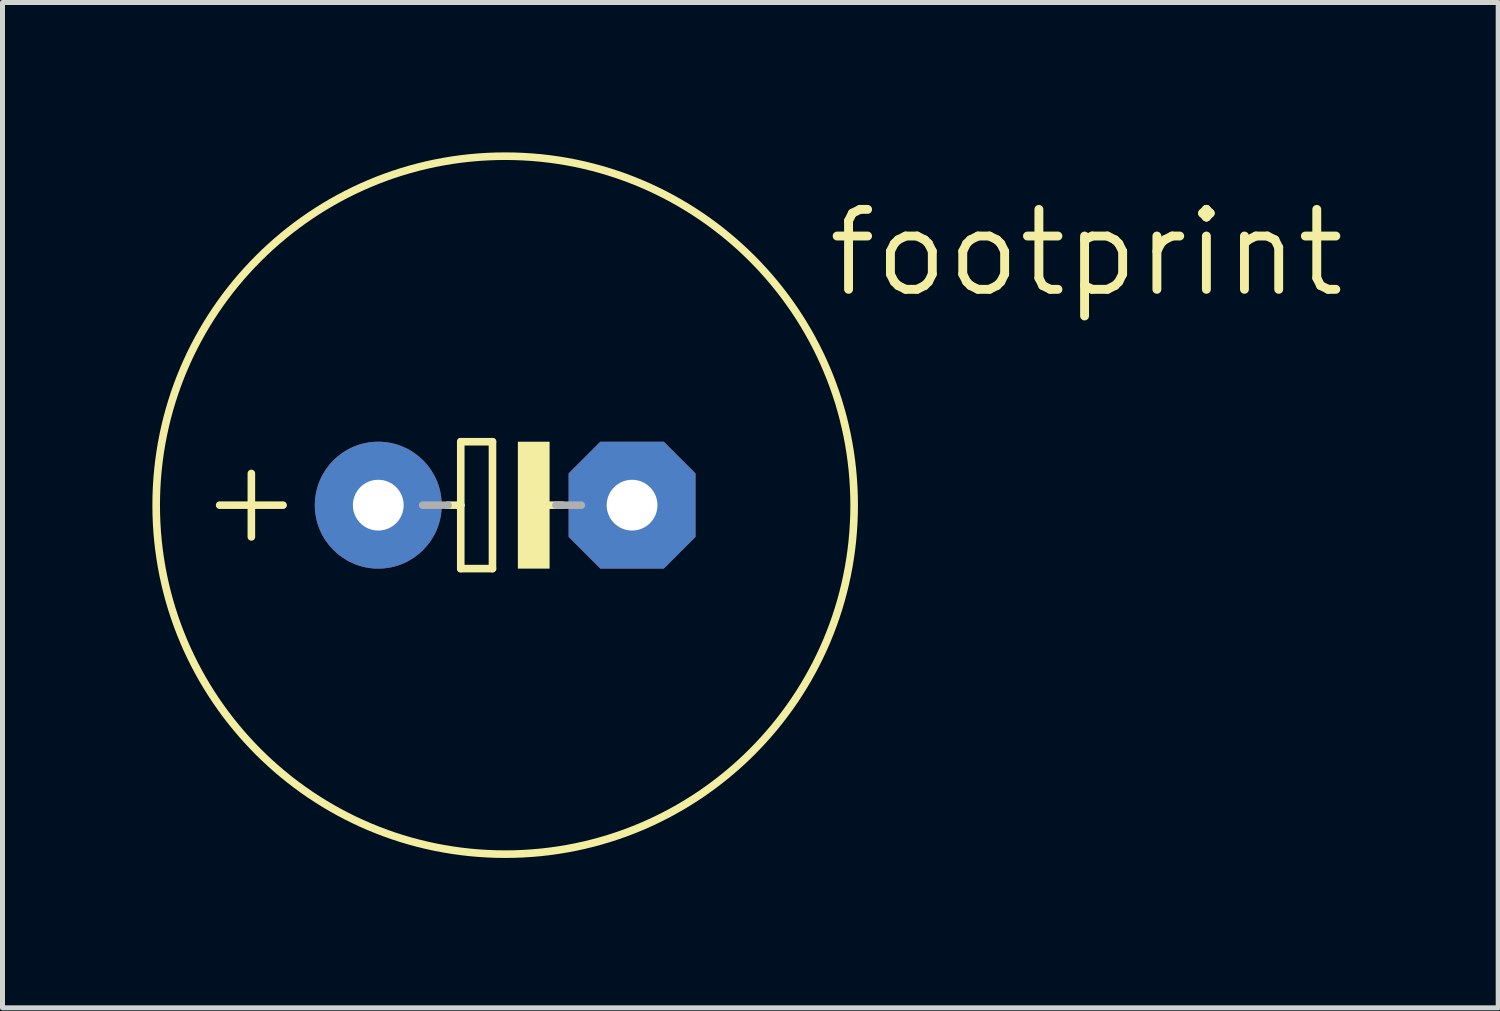
<source format=kicad_pcb>
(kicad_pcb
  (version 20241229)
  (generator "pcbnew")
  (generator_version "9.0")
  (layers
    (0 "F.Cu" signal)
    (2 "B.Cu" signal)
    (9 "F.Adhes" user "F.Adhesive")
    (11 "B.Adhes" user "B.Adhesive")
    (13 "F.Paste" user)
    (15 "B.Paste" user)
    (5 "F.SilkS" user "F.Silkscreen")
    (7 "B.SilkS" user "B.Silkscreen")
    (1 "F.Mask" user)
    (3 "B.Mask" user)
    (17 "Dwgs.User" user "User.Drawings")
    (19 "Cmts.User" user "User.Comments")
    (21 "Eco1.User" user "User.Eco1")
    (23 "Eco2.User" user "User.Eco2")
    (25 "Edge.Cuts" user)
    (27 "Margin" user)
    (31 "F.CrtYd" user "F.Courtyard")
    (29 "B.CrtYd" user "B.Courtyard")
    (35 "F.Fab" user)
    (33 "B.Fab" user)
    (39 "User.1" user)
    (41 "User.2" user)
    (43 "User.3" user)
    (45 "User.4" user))
  (footprint "footprint"
    (layer "F.Cu")
    (at 7.061 7.061)
    (property "Reference" "footprint" (at 6.375 -4.115 0) (layer "F.SilkS") (effects (font (size 1.6 1.6) (thickness 0.178)) (justify left bottom)))
    (fp_line (start -5.715 0) (end -4.445 0) (stroke (width 0.152) (type solid)) (layer "F.SilkS"))
    (fp_line (start -5.08 0.635) (end -5.08 -0.635) (stroke (width 0.152) (type solid)) (layer "F.SilkS"))
    (fp_line (start -1.143 0) (end -0.889 0) (stroke (width 0.152) (type solid)) (layer "F.SilkS"))
    (fp_line (start -0.889 -1.27) (end -0.889 0) (stroke (width 0.152) (type solid)) (layer "F.SilkS"))
    (fp_line (start -0.889 0) (end -0.889 1.27) (stroke (width 0.152) (type solid)) (layer "F.SilkS"))
    (fp_line (start -0.889 1.27) (end -0.254 1.27) (stroke (width 0.152) (type solid)) (layer "F.SilkS"))
    (fp_line (start -0.254 -1.27) (end -0.889 -1.27) (stroke (width 0.152) (type solid)) (layer "F.SilkS"))
    (fp_line (start -0.254 1.27) (end -0.254 -1.27) (stroke (width 0.152) (type solid)) (layer "F.SilkS"))
    (fp_line (start 0.635 0) (end 1.143 0) (stroke (width 0.152) (type solid)) (layer "F.SilkS"))
    (fp_circle (center 0 0) (end 6.985 0) (stroke (width 0.152) (type solid)) (fill no) (layer "F.SilkS"))
    (fp_poly (pts (xy 0.254 1.27) (xy 0.889 1.27) (xy 0.889 -1.27) (xy 0.254 -1.27)) (stroke (width 0) (type solid)) (fill yes) (layer "F.SilkS"))
    (fp_line (start -1.651 0) (end -1.143 0) (stroke (width 0.152) (type solid)) (layer "F.Fab"))
    (fp_line (start 1.016 0) (end 1.524 0) (stroke (width 0.152) (type solid)) (layer "F.Fab"))
    (pad "+" thru_hole circle (at -2.54 0) (size 2.54 2.54) (drill 1.016) (layers "*.Cu" "*.Mask"))
    (pad "-" thru_hole roundrect (at 2.54 0) (size 2.54 2.54) (drill 1.016) (layers "*.Cu" "*.Mask") (roundrect_rratio 0.25) (chamfer_ratio 0.25) (chamfer top_left top_right bottom_left bottom_right)))
  (gr_rect
    (start -3 -3)
    (end 26.937 17.122)
    (stroke (width 0.1) (type default))
    (fill no)
    (layer "Edge.Cuts")))
</source>
